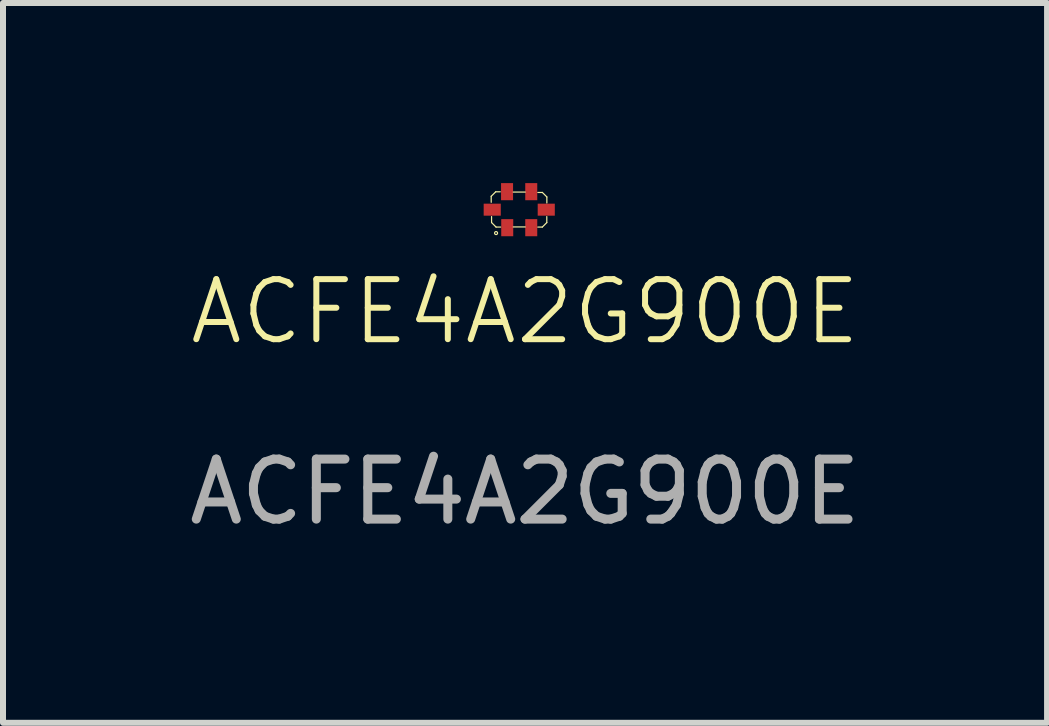
<source format=kicad_pcb>
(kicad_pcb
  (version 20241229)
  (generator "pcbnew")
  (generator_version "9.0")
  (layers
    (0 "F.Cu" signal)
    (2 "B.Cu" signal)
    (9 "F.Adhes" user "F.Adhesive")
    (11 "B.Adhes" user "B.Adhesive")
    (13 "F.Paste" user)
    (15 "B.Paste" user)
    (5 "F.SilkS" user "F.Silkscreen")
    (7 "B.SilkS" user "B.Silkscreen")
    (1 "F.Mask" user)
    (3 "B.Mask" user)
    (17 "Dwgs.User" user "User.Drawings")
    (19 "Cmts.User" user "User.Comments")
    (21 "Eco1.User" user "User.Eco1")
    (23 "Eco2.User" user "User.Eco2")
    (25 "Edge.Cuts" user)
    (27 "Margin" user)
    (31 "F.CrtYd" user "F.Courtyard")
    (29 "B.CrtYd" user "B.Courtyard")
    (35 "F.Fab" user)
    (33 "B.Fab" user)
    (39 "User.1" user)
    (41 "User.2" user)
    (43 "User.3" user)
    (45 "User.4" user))
  (footprint "ACFE4A2G900E"
    (layer "F.Cu")
    (at 5.696 2.643)
    (property "Reference" "ACFE4A2G900E" (at 0 -0.5 0) (unlocked yes) (layer "F.SilkS") (effects (font (size 1 1) (thickness 0.1))))
    (attr smd)
    (fp_line (start -0.563 -2.423) (end -0.563 -2.323) (stroke (width 0.02) (type solid)) (layer "F.SilkS"))
    (fp_line (start -0.557 -2.085) (end -0.557 -1.985) (stroke (width 0.02) (type solid)) (layer "F.SilkS"))
    (fp_line (start -0.557 -1.985) (end -0.482 -1.91) (stroke (width 0.02) (type solid)) (layer "F.SilkS"))
    (fp_line (start -0.488 -2.498) (end -0.563 -2.423) (stroke (width 0.02) (type solid)) (layer "F.SilkS"))
    (fp_line (start -0.488 -2.498) (end -0.413 -2.498) (stroke (width 0.02) (type solid)) (layer "F.SilkS"))
    (fp_line (start -0.482 -1.91) (end -0.407 -1.91) (stroke (width 0.02) (type solid)) (layer "F.SilkS"))
    (fp_line (start -0.196 -2.493) (end 0.004 -2.493) (stroke (width 0.02) (type solid)) (layer "F.SilkS"))
    (fp_line (start -0.196 -1.912) (end 0.004 -1.912) (stroke (width 0.02) (type solid)) (layer "F.SilkS"))
    (fp_line (start 0.213 -1.91) (end 0.288 -1.91) (stroke (width 0.02) (type solid)) (layer "F.SilkS"))
    (fp_line (start 0.214 -2.487) (end 0.289 -2.487) (stroke (width 0.02) (type solid)) (layer "F.SilkS"))
    (fp_line (start 0.289 -2.487) (end 0.364 -2.412) (stroke (width 0.02) (type solid)) (layer "F.SilkS"))
    (fp_line (start 0.363 -2.085) (end 0.363 -1.985) (stroke (width 0.02) (type solid)) (layer "F.SilkS"))
    (fp_line (start 0.363 -1.985) (end 0.288 -1.91) (stroke (width 0.02) (type solid)) (layer "F.SilkS"))
    (fp_line (start 0.364 -2.412) (end 0.364 -2.312) (stroke (width 0.02) (type solid)) (layer "F.SilkS"))
    (fp_circle (center -0.482 -1.81) (end -0.457 -1.81) (stroke (width 0.02) (type solid)) (fill no) (layer "F.SilkS"))
    (fp_text user "${REFERENCE}" (at 0 2.5 0) (unlocked yes) (layer "F.Fab") (effects (font (size 1 1) (thickness 0.15))))
    (pad "1" smd rect (at -0.296 -1.9 90) (size 0.285 0.2) (layers "F.Cu" "F.Mask" "F.Paste"))
    (pad "2" smd rect (at 0.104 -1.9 90) (size 0.285 0.2) (layers "F.Cu" "F.Mask" "F.Paste"))
    (pad "3" smd rect (at 0.104 -2.5 90) (size 0.285 0.2) (layers "F.Cu" "F.Mask" "F.Paste"))
    (pad "4" smd rect (at -0.299 -2.5 90) (size 0.285 0.2) (layers "F.Cu" "F.Mask" "F.Paste"))
    (pad "5" smd rect (at -0.546 -2.2) (size 0.285 0.2) (layers "F.Cu" "F.Mask" "F.Paste"))
    (pad "6" smd rect (at 0.354 -2.2) (size 0.285 0.2) (layers "F.Cu" "F.Mask" "F.Paste")))
  (gr_rect
    (start -3 -3)
    (end 14.393 8.991)
    (stroke (width 0.1) (type default))
    (fill no)
    (layer "Edge.Cuts")))
</source>
